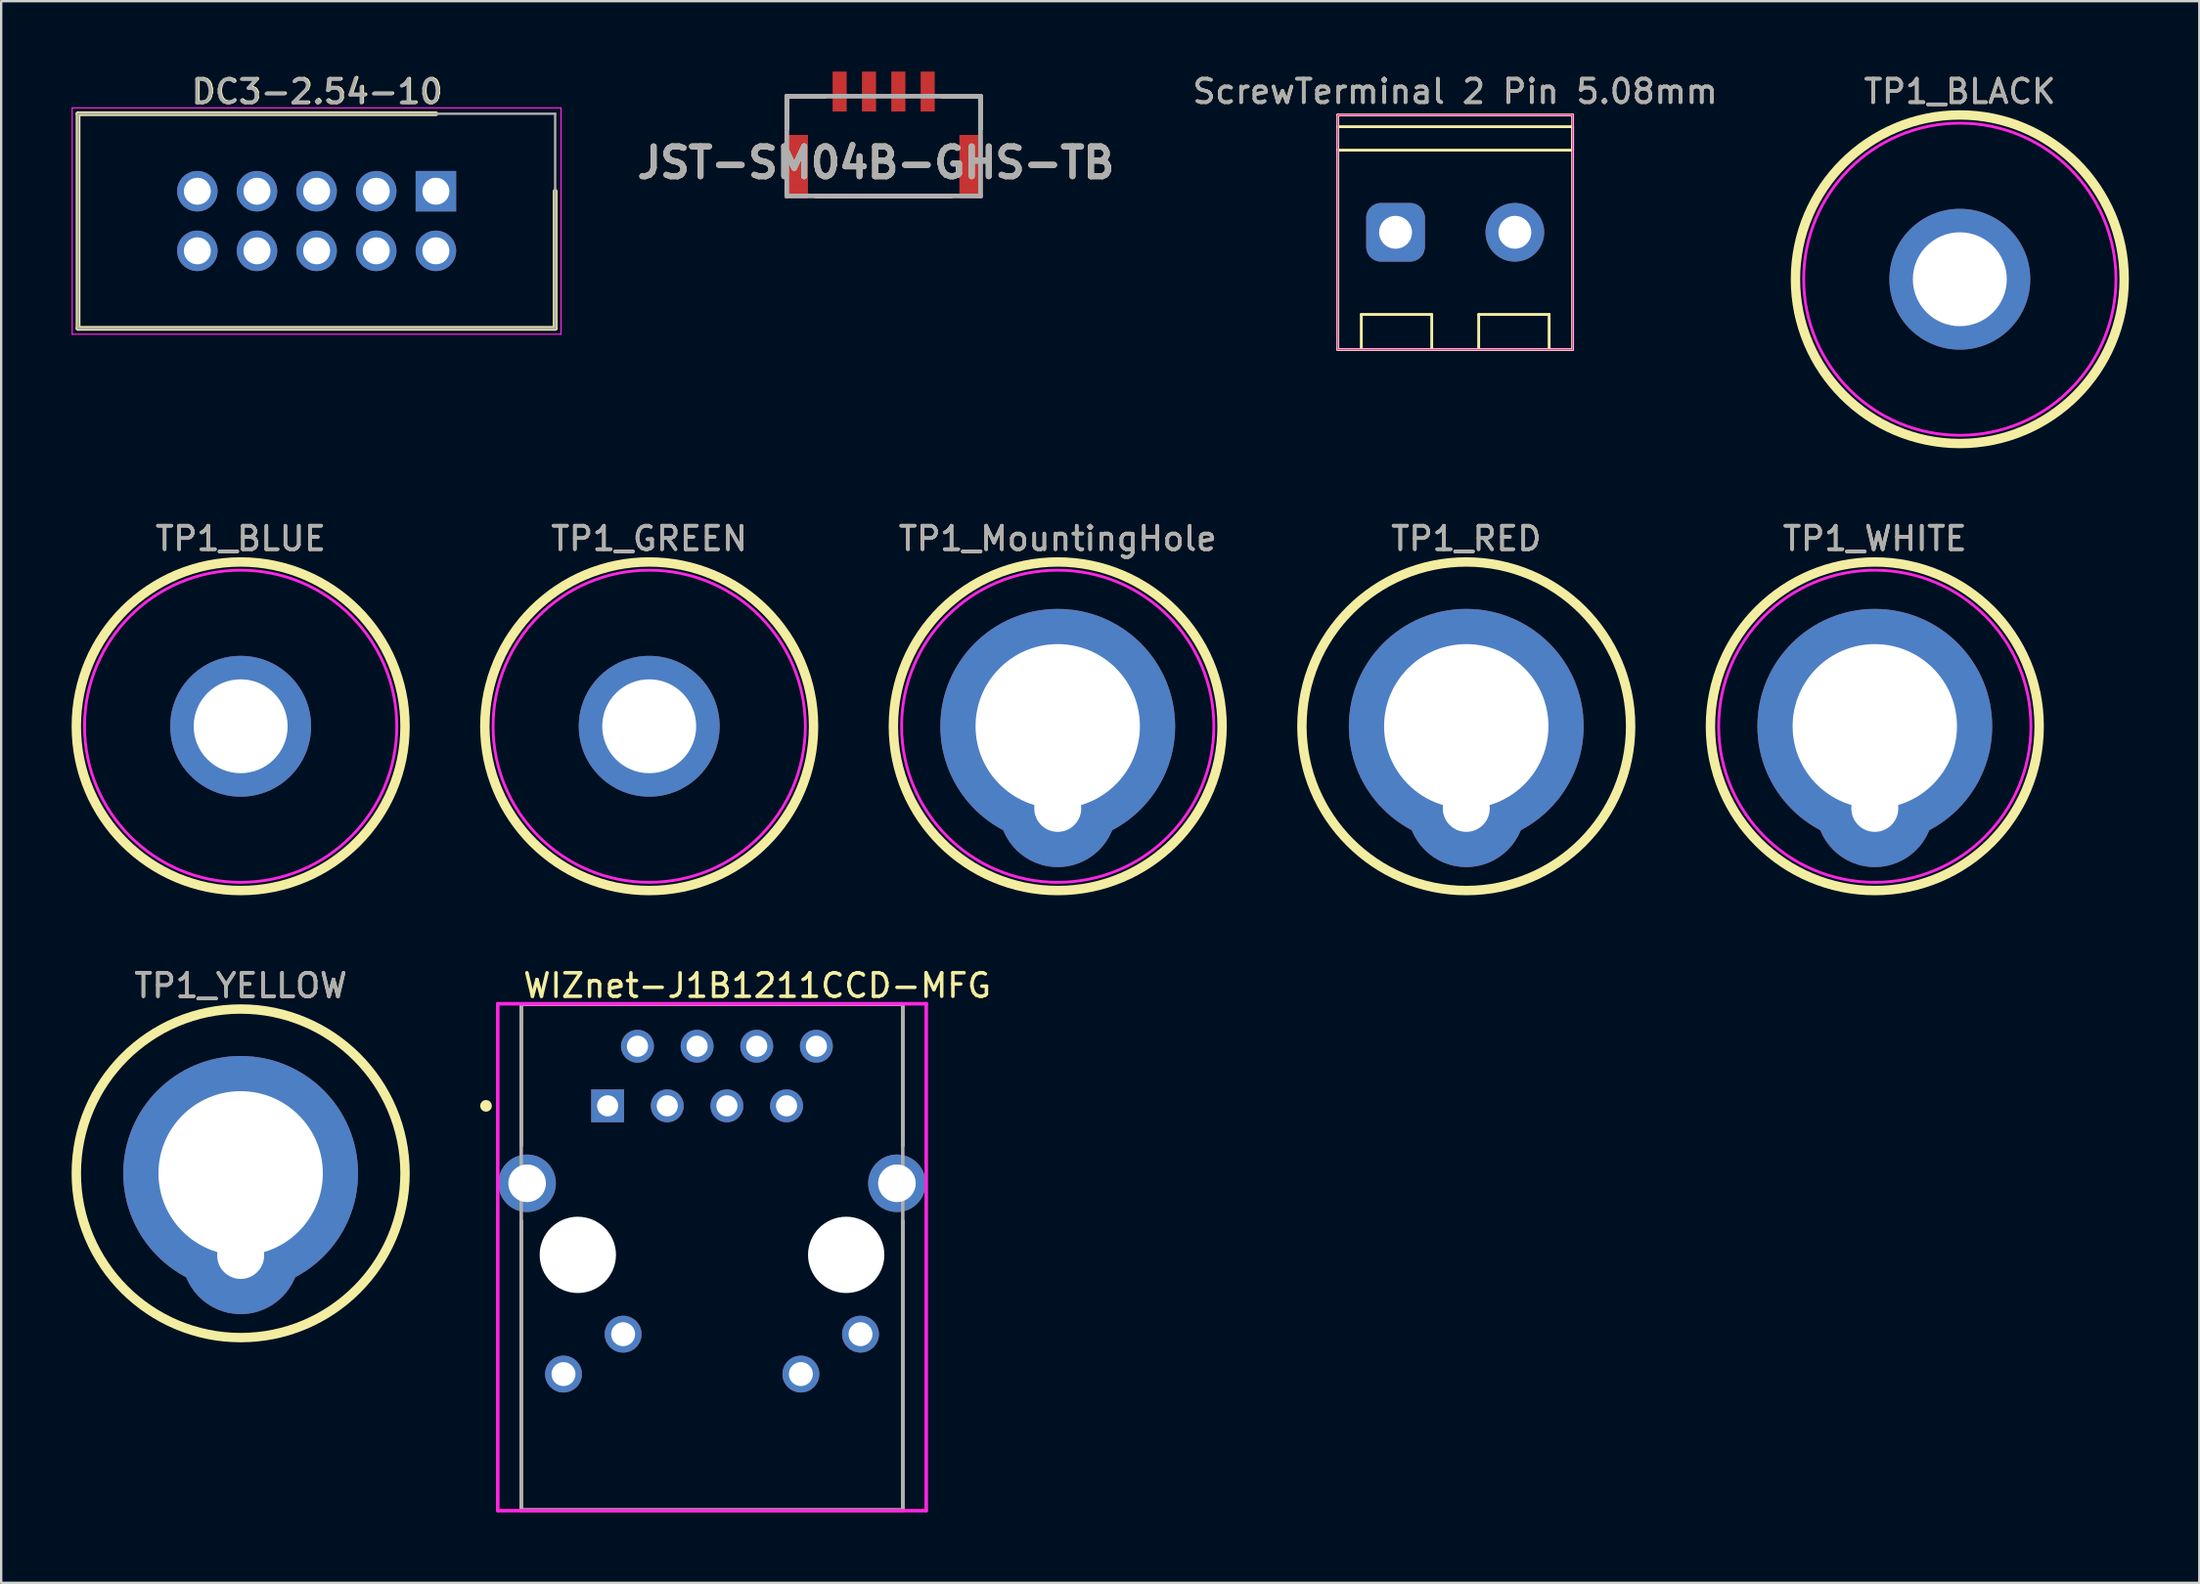
<source format=kicad_pcb>
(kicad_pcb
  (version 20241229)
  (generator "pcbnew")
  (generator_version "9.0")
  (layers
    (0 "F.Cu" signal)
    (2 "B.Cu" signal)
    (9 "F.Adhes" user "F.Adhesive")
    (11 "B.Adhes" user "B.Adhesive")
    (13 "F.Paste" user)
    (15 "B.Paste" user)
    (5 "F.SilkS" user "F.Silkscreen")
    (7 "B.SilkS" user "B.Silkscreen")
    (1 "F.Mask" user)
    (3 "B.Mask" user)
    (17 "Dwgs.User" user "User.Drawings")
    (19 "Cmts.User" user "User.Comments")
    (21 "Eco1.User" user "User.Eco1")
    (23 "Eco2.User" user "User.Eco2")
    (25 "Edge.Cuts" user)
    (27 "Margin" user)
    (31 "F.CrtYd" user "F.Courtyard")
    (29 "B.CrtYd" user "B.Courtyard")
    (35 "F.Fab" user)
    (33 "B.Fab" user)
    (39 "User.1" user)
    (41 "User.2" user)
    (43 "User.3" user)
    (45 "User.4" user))
  (footprint "TP1_BLACK"
    (layer "F.Cu")
    (at 80.421 8.848)
    (property "Reference" "TP1_BLACK" (at 0 -8 0) (unlocked yes) (layer "F.SilkS") (effects (font (size 1 1) (thickness 0.15))))
    (attr through_hole)
    (fp_circle (center 0 0) (end 7 0) (stroke (width 0.4) (type solid)) (fill no) (layer "F.SilkS"))
    (fp_circle (center 0 0) (end 6.65 0) (stroke (width 0.12) (type solid)) (fill no) (layer "F.CrtYd"))
    (fp_text user "${REFERENCE}" (at 0 -8 0) (unlocked yes) (layer "F.Fab") (effects (font (size 1 1) (thickness 0.15))))
    (pad "1" thru_hole circle (at 0 0) (size 6 6) (drill 4) (layers "*.Cu" "*.Mask")))
  (footprint "TP1_GREEN"
    (layer "F.Cu")
    (at 24.6 27.896)
    (property "Reference" "TP1_GREEN" (at 0 -8 0) (unlocked yes) (layer "F.SilkS") (effects (font (size 1 1) (thickness 0.15))))
    (attr through_hole)
    (fp_circle (center 0 0) (end 7 0) (stroke (width 0.4) (type solid)) (fill no) (layer "F.SilkS"))
    (fp_circle (center 0 0) (end 6.65 0) (stroke (width 0.12) (type solid)) (fill no) (layer "F.CrtYd"))
    (fp_text user "${REFERENCE}" (at 0 -8 0) (unlocked yes) (layer "F.Fab") (effects (font (size 1 1) (thickness 0.15))))
    (pad "1" thru_hole circle (at 0 0) (size 6 6) (drill 4) (layers "*.Cu" "*.Mask")))
  (footprint "TP1_YELLOW"
    (layer "F.Cu")
    (at 7.2 46.945)
    (property "Reference" "TP1_YELLOW" (at 0 -8 0) (unlocked yes) (layer "F.SilkS") (effects (font (size 1 1) (thickness 0.15))))
    (attr through_hole)
    (fp_circle (center 0 0) (end 7 0) (stroke (width 0.4) (type solid)) (fill no) (layer "F.SilkS"))
    (fp_circle (center 0 0) (end 6.65 0) (stroke (width 0.12) (type solid)) (fill no) (layer "Margin"))
    (fp_text user "${REFERENCE}" (at 0 -8 0) (unlocked yes) (layer "F.Fab") (effects (font (size 1 1) (thickness 0.15))))
    (pad "1" thru_hole circle (at 0 0) (size 10 10) (drill 7) (layers "*.Cu" "*.Mask"))
    (pad "1" thru_hole circle (at 0 3.5) (size 5 5) (drill 2) (layers "*.Cu" "*.Mask")))
  (footprint "TP1_BLUE"
    (layer "F.Cu")
    (at 7.2 27.896)
    (property "Reference" "TP1_BLUE" (at 0 -8 0) (unlocked yes) (layer "F.SilkS") (effects (font (size 1 1) (thickness 0.15))))
    (attr through_hole)
    (fp_circle (center 0 0) (end 7 0) (stroke (width 0.4) (type solid)) (fill no) (layer "F.SilkS"))
    (fp_circle (center 0 0) (end 6.65 0) (stroke (width 0.12) (type solid)) (fill no) (layer "F.CrtYd"))
    (fp_text user "${REFERENCE}" (at 0 -8 0) (unlocked yes) (layer "F.Fab") (effects (font (size 1 1) (thickness 0.15))))
    (pad "1" thru_hole circle (at 0 0) (size 6 6) (drill 4) (layers "*.Cu" "*.Mask")))
  (footprint "TP1_WHITE"
    (layer "F.Cu")
    (at 76.8 27.896)
    (property "Reference" "TP1_WHITE" (at 0 -8 0) (unlocked yes) (layer "F.SilkS") (effects (font (size 1 1) (thickness 0.15))))
    (attr through_hole)
    (fp_circle (center 0 0) (end 7 0) (stroke (width 0.4) (type solid)) (fill no) (layer "F.SilkS"))
    (fp_circle (center 0 0) (end 6.65 0) (stroke (width 0.12) (type solid)) (fill no) (layer "F.CrtYd"))
    (fp_text user "${REFERENCE}" (at 0 -8 0) (unlocked yes) (layer "F.Fab") (effects (font (size 1 1) (thickness 0.15))))
    (pad "1" thru_hole circle (at 0 0) (size 10 10) (drill 7) (layers "*.Cu" "*.Mask"))
    (pad "1" thru_hole circle (at 0 3.5) (size 5 5) (drill 2) (layers "*.Cu" "*.Mask")))
  (footprint "TP1_RED"
    (layer "F.Cu")
    (at 59.4 27.896)
    (property "Reference" "TP1_RED" (at 0 -8 0) (unlocked yes) (layer "F.SilkS") (effects (font (size 1 1) (thickness 0.15))))
    (attr through_hole)
    (fp_circle (center 0 0) (end 7 0) (stroke (width 0.4) (type solid)) (fill no) (layer "F.SilkS"))
    (fp_circle (center 0 0) (end 6.65 0) (stroke (width 0.12) (type solid)) (fill no) (layer "Margin"))
    (fp_text user "${REFERENCE}" (at 0 -8 0) (unlocked yes) (layer "F.Fab") (effects (font (size 1 1) (thickness 0.15))))
    (pad "1" thru_hole circle (at 0 0) (size 10 10) (drill 7) (layers "*.Cu" "*.Mask"))
    (pad "1" thru_hole circle (at 0 3.5) (size 5 5) (drill 2) (layers "*.Cu" "*.Mask")))
  (footprint "TP1_MountingHole"
    (layer "F.Cu")
    (at 42 27.896)
    (property "Reference" "TP1_MountingHole" (at 0 -8 0) (unlocked yes) (layer "F.SilkS") (effects (font (size 1 1) (thickness 0.15))))
    (attr through_hole)
    (fp_circle (center 0 0) (end 7 0) (stroke (width 0.4) (type solid)) (fill no) (layer "F.SilkS"))
    (fp_circle (center 0 0) (end 6.65 0) (stroke (width 0.12) (type solid)) (fill no) (layer "F.CrtYd"))
    (fp_text user "${REFERENCE}" (at 0 -8 0) (unlocked yes) (layer "F.Fab") (effects (font (size 1 1) (thickness 0.15))))
    (pad "1" thru_hole circle (at 0 0) (size 10 10) (drill 7) (layers "*.Cu" "*.Mask"))
    (pad "1" thru_hole circle (at 0 3.5) (size 5 5) (drill 2) (layers "*.Cu" "*.Mask")))
  (footprint "JST-SM04B-GHS-TB"
    (layer "F.Cu")
    (at 34.587 1.05)
    (property "Reference" "JST-SM04B-GHS-TB" (at -0.333 2.834 0) (layer "F.SilkS") (effects (font (size 1.27 1.27) (thickness 0.254))))
    (attr smd)
    (fp_line (start -4.125 0) (end -4.125 1.4) (stroke (width 0.2) (type solid)) (layer "F.SilkS"))
    (fp_line (start -4.125 0) (end -2.5 0) (stroke (width 0.2) (type solid)) (layer "F.SilkS"))
    (fp_line (start -2.9 4.25) (end 2.9 4.25) (stroke (width 0.2) (type solid)) (layer "F.SilkS"))
    (fp_line (start 4.125 0) (end 2.5 0) (stroke (width 0.2) (type solid)) (layer "F.SilkS"))
    (fp_line (start 4.125 0) (end 4.125 1.4) (stroke (width 0.2) (type solid)) (layer "F.SilkS"))
    (fp_line (start -4.125 0) (end 4.125 0) (stroke (width 0.2) (type solid)) (layer "F.Fab"))
    (fp_line (start -4.125 4.25) (end -4.125 0) (stroke (width 0.2) (type solid)) (layer "F.Fab"))
    (fp_line (start 4.125 0) (end 4.125 4.25) (stroke (width 0.2) (type solid)) (layer "F.Fab"))
    (fp_line (start 4.125 4.25) (end -4.125 4.25) (stroke (width 0.2) (type solid)) (layer "F.Fab"))
    (fp_text user "${REFERENCE}" (at -0.333 2.834 0) (layer "F.Fab") (effects (font (size 1.27 1.27) (thickness 0.254))))
    (pad "1" smd rect (at -1.875 -0.2) (size 0.6 1.7) (layers "F.Cu" "F.Mask" "F.Paste"))
    (pad "2" smd rect (at -0.625 -0.2) (size 0.6 1.7) (layers "F.Cu" "F.Mask" "F.Paste"))
    (pad "3" smd rect (at 0.625 -0.2) (size 0.6 1.7) (layers "F.Cu" "F.Mask" "F.Paste"))
    (pad "4" smd rect (at 1.875 -0.2) (size 0.6 1.7) (layers "F.Cu" "F.Mask" "F.Paste"))
    (pad "5" smd rect (at -3.725 3) (size 1 2.7) (layers "F.Cu" "F.Mask" "F.Paste"))
    (pad "6" smd rect (at 3.725 3) (size 1 2.7) (layers "F.Cu" "F.Mask" "F.Paste")))
  (footprint "ScrewTerminal 2 Pin 5.08mm"
    (layer "F.Cu")
    (at 58.929 6.848)
    (property "Reference" "ScrewTerminal 2 Pin 5.08mm" (at 0 -6 0) (unlocked yes) (layer "F.SilkS") (effects (font (size 1 1) (thickness 0.15))))
    (attr through_hole)
    (fp_line (start -5 -5) (end -5 5) (stroke (width 0.12) (type solid)) (layer "F.SilkS"))
    (fp_line (start -5 -4.5) (end 5 -4.5) (stroke (width 0.12) (type solid)) (layer "F.SilkS"))
    (fp_line (start -5 5) (end 5 5) (stroke (width 0.12) (type solid)) (layer "F.SilkS"))
    (fp_line (start -4 3.5) (end -1 3.5) (stroke (width 0.12) (type solid)) (layer "F.SilkS"))
    (fp_line (start -4 5) (end -4 3.5) (stroke (width 0.12) (type solid)) (layer "F.SilkS"))
    (fp_line (start -1 3.5) (end -1 5) (stroke (width 0.12) (type solid)) (layer "F.SilkS"))
    (fp_line (start 1 3.5) (end 4 3.5) (stroke (width 0.12) (type solid)) (layer "F.SilkS"))
    (fp_line (start 1 5) (end 1 3.5) (stroke (width 0.12) (type solid)) (layer "F.SilkS"))
    (fp_line (start 4 3.5) (end 4 5) (stroke (width 0.12) (type solid)) (layer "F.SilkS"))
    (fp_line (start 5 -5) (end -5 -5) (stroke (width 0.12) (type solid)) (layer "F.SilkS"))
    (fp_line (start 5 -4.5) (end 5 -3.5) (stroke (width 0.12) (type solid)) (layer "F.SilkS"))
    (fp_line (start 5 -3.5) (end -5 -3.5) (stroke (width 0.12) (type solid)) (layer "F.SilkS"))
    (fp_line (start 5 5) (end 5 -5) (stroke (width 0.12) (type solid)) (layer "F.SilkS"))
    (fp_line (start -5 -5) (end -5 5) (stroke (width 0.05) (type solid)) (layer "F.CrtYd"))
    (fp_line (start -5 5) (end 5 5) (stroke (width 0.05) (type solid)) (layer "F.CrtYd"))
    (fp_line (start 5 -5) (end -5 -5) (stroke (width 0.05) (type solid)) (layer "F.CrtYd"))
    (fp_line (start 5 5) (end 5 -5) (stroke (width 0.05) (type solid)) (layer "F.CrtYd"))
    (fp_text user "${REFERENCE}" (at 0 -6 0) (unlocked yes) (layer "F.Fab") (effects (font (size 1 1) (thickness 0.15))))
    (pad "1" thru_hole roundrect (at -2.54 0) (size 2.5 2.5) (drill 1.4) (layers "*.Cu" "*.Mask") (roundrect_rratio 0.25))
    (pad "2" thru_hole circle (at 2.54 0) (size 2.5 2.5) (drill 1.4) (layers "*.Cu" "*.Mask")))
  (footprint "DC3-2.54-10"
    (layer "F.Cu")
    (at 10.435 6.368)
    (property "Reference" "DC3-2.54-10" (at 0.04 -5.52 0) (layer "F.SilkS") (effects (font (size 1 1) (thickness 0.15))))
    (attr through_hole)
    (fp_line (start -10.16 -4.572) (end -10.16 4.572) (stroke (width 0.2) (type solid)) (layer "F.SilkS"))
    (fp_line (start -10.16 4.572) (end 10.16 4.572) (stroke (width 0.2) (type solid)) (layer "F.SilkS"))
    (fp_line (start 5.08 -4.572) (end -10.16 -4.572) (stroke (width 0.2) (type solid)) (layer "F.SilkS"))
    (fp_line (start 10.16 4.572) (end 10.16 -1.27) (stroke (width 0.2) (type solid)) (layer "F.SilkS"))
    (fp_line (start -10.41 -4.822) (end -10.41 4.822) (stroke (width 0.05) (type solid)) (layer "F.CrtYd"))
    (fp_line (start -10.41 4.822) (end 10.41 4.822) (stroke (width 0.05) (type solid)) (layer "F.CrtYd"))
    (fp_line (start 10.41 -4.822) (end -10.41 -4.822) (stroke (width 0.05) (type solid)) (layer "F.CrtYd"))
    (fp_line (start 10.41 4.822) (end 10.41 -4.822) (stroke (width 0.05) (type solid)) (layer "F.CrtYd"))
    (fp_line (start -10.16 -4.572) (end -10.16 4.572) (stroke (width 0.1) (type solid)) (layer "F.Fab"))
    (fp_line (start -10.16 4.572) (end 10.16 4.572) (stroke (width 0.1) (type solid)) (layer "F.Fab"))
    (fp_line (start 10.16 -4.572) (end -10.16 -4.572) (stroke (width 0.1) (type solid)) (layer "F.Fab"))
    (fp_line (start 10.16 4.572) (end 10.16 -4.572) (stroke (width 0.1) (type solid)) (layer "F.Fab"))
    (fp_text user "${REFERENCE}" (at 0 -5.5 0) (layer "F.Fab") (effects (font (size 1 1) (thickness 0.15))))
    (pad "1" thru_hole rect (at 5.08 -1.27) (size 1.725 1.725) (drill 1.15) (layers "*.Cu" "*.Mask"))
    (pad "2" thru_hole circle (at 5.08 1.27) (size 1.725 1.725) (drill 1.15) (layers "*.Cu" "*.Mask"))
    (pad "3" thru_hole circle (at 2.54 -1.27) (size 1.725 1.725) (drill 1.15) (layers "*.Cu" "*.Mask"))
    (pad "4" thru_hole circle (at 2.54 1.27) (size 1.725 1.725) (drill 1.15) (layers "*.Cu" "*.Mask"))
    (pad "5" thru_hole circle (at 0 -1.27) (size 1.725 1.725) (drill 1.15) (layers "*.Cu" "*.Mask"))
    (pad "6" thru_hole circle (at 0 1.27) (size 1.725 1.725) (drill 1.15) (layers "*.Cu" "*.Mask"))
    (pad "7" thru_hole circle (at -2.54 -1.27) (size 1.725 1.725) (drill 1.15) (layers "*.Cu" "*.Mask"))
    (pad "8" thru_hole circle (at -2.54 1.27) (size 1.725 1.725) (drill 1.15) (layers "*.Cu" "*.Mask"))
    (pad "9" thru_hole circle (at -5.08 -1.27) (size 1.725 1.725) (drill 1.15) (layers "*.Cu" "*.Mask"))
    (pad "10" thru_hole circle (at -5.08 1.27) (size 1.725 1.725) (drill 1.15) (layers "*.Cu" "*.Mask")))
  (footprint "WIZnet-J1B1211CCD-MFG"
    (layer "F.Cu")
    (at 27.275 50.52)
    (property "Reference" "WIZnet-J1B1211CCD-MFG" (at -8.125 -11.575 0) (layer "F.SilkS") (effects (font (size 1 1) (thickness 0.15)) (justify left)))
    (attr through_hole)
    (fp_line (start -8.125 -10.775) (end 8.125 -10.775) (stroke (width 0.15) (type solid)) (layer "F.SilkS"))
    (fp_line (start -8.125 -4.75) (end -8.125 -10.775) (stroke (width 0.15) (type solid)) (layer "F.SilkS"))
    (fp_line (start -8.125 10.775) (end -8.125 -1.55) (stroke (width 0.15) (type solid)) (layer "F.SilkS"))
    (fp_line (start -8.125 10.775) (end 8.125 10.775) (stroke (width 0.15) (type solid)) (layer "F.SilkS"))
    (fp_line (start 8.125 -4.75) (end 8.125 -10.775) (stroke (width 0.15) (type solid)) (layer "F.SilkS"))
    (fp_line (start 8.125 10.775) (end 8.125 -1.55) (stroke (width 0.15) (type solid)) (layer "F.SilkS"))
    (fp_circle (center -9.625 -6.45) (end -9.5 -6.45) (stroke (width 0.25) (type solid)) (fill no) (layer "F.SilkS"))
    (fp_line (start -9.125 -10.8) (end -9.125 10.8) (stroke (width 0.15) (type solid)) (layer "F.CrtYd"))
    (fp_line (start -9.125 10.8) (end 9.125 10.8) (stroke (width 0.15) (type solid)) (layer "F.CrtYd"))
    (fp_line (start 9.125 -10.8) (end -9.125 -10.8) (stroke (width 0.15) (type solid)) (layer "F.CrtYd"))
    (fp_line (start 9.125 -10.8) (end 9.125 -10.8) (stroke (width 0.15) (type solid)) (layer "F.CrtYd"))
    (fp_line (start 9.125 10.8) (end 9.125 -10.8) (stroke (width 0.15) (type solid)) (layer "F.CrtYd"))
    (fp_line (start -8.125 -10.775) (end 8.125 -10.775) (stroke (width 0.15) (type solid)) (layer "F.Fab"))
    (fp_line (start -8.125 10.775) (end -8.125 -10.775) (stroke (width 0.15) (type solid)) (layer "F.Fab"))
    (fp_line (start 8.125 -10.775) (end 8.125 10.775) (stroke (width 0.15) (type solid)) (layer "F.Fab"))
    (fp_line (start 8.125 10.775) (end -8.125 10.775) (stroke (width 0.15) (type solid)) (layer "F.Fab"))
    (pad "" np_thru_hole circle (at -5.715 -0.1) (size 3.25 3.25) (drill 3.25) (layers "*.Cu" "*.Mask"))
    (pad "" np_thru_hole circle (at 5.715 -0.1) (size 3.25 3.25) (drill 3.25) (layers "*.Cu" "*.Mask"))
    (pad "1" thru_hole rect (at -4.445 -6.45) (size 1.4 1.4) (drill 0.9) (layers "*.Cu"))
    (pad "2" thru_hole circle (at -3.175 -8.99) (size 1.4 1.4) (drill 0.9) (layers "*.Cu"))
    (pad "3" thru_hole circle (at -1.905 -6.45) (size 1.4 1.4) (drill 0.9) (layers "*.Cu"))
    (pad "4" thru_hole circle (at -0.635 -8.99) (size 1.4 1.4) (drill 0.9) (layers "*.Cu"))
    (pad "5" thru_hole circle (at 0.635 -6.45) (size 1.4 1.4) (drill 0.9) (layers "*.Cu"))
    (pad "6" thru_hole circle (at 1.905 -8.99) (size 1.4 1.4) (drill 0.9) (layers "*.Cu"))
    (pad "7" thru_hole circle (at 3.175 -6.45) (size 1.4 1.4) (drill 0.9) (layers "*.Cu"))
    (pad "8" thru_hole circle (at 4.445 -8.99) (size 1.4 1.4) (drill 0.9) (layers "*.Cu"))
    (pad "9" thru_hole circle (at -6.325 4.98) (size 1.57 1.57) (drill 1.02) (layers "*.Cu"))
    (pad "10" thru_hole circle (at -3.785 3.28) (size 1.57 1.57) (drill 1.02) (layers "*.Cu"))
    (pad "11" thru_hole circle (at 3.785 4.98) (size 1.57 1.57) (drill 1.02) (layers "*.Cu"))
    (pad "12" thru_hole circle (at 6.325 3.28) (size 1.57 1.57) (drill 1.02) (layers "*.Cu"))
    (pad "13" thru_hole circle (at -7.875 -3.15) (size 2.45 2.45) (drill 1.6) (layers "*.Cu"))
    (pad "14" thru_hole circle (at 7.875 -3.15) (size 2.45 2.45) (drill 1.6) (layers "*.Cu")))
  (gr_rect
    (start -3 -3)
    (end 90.621 64.395)
    (stroke (width 0.1) (type default))
    (fill no)
    (layer "Edge.Cuts")))
</source>
